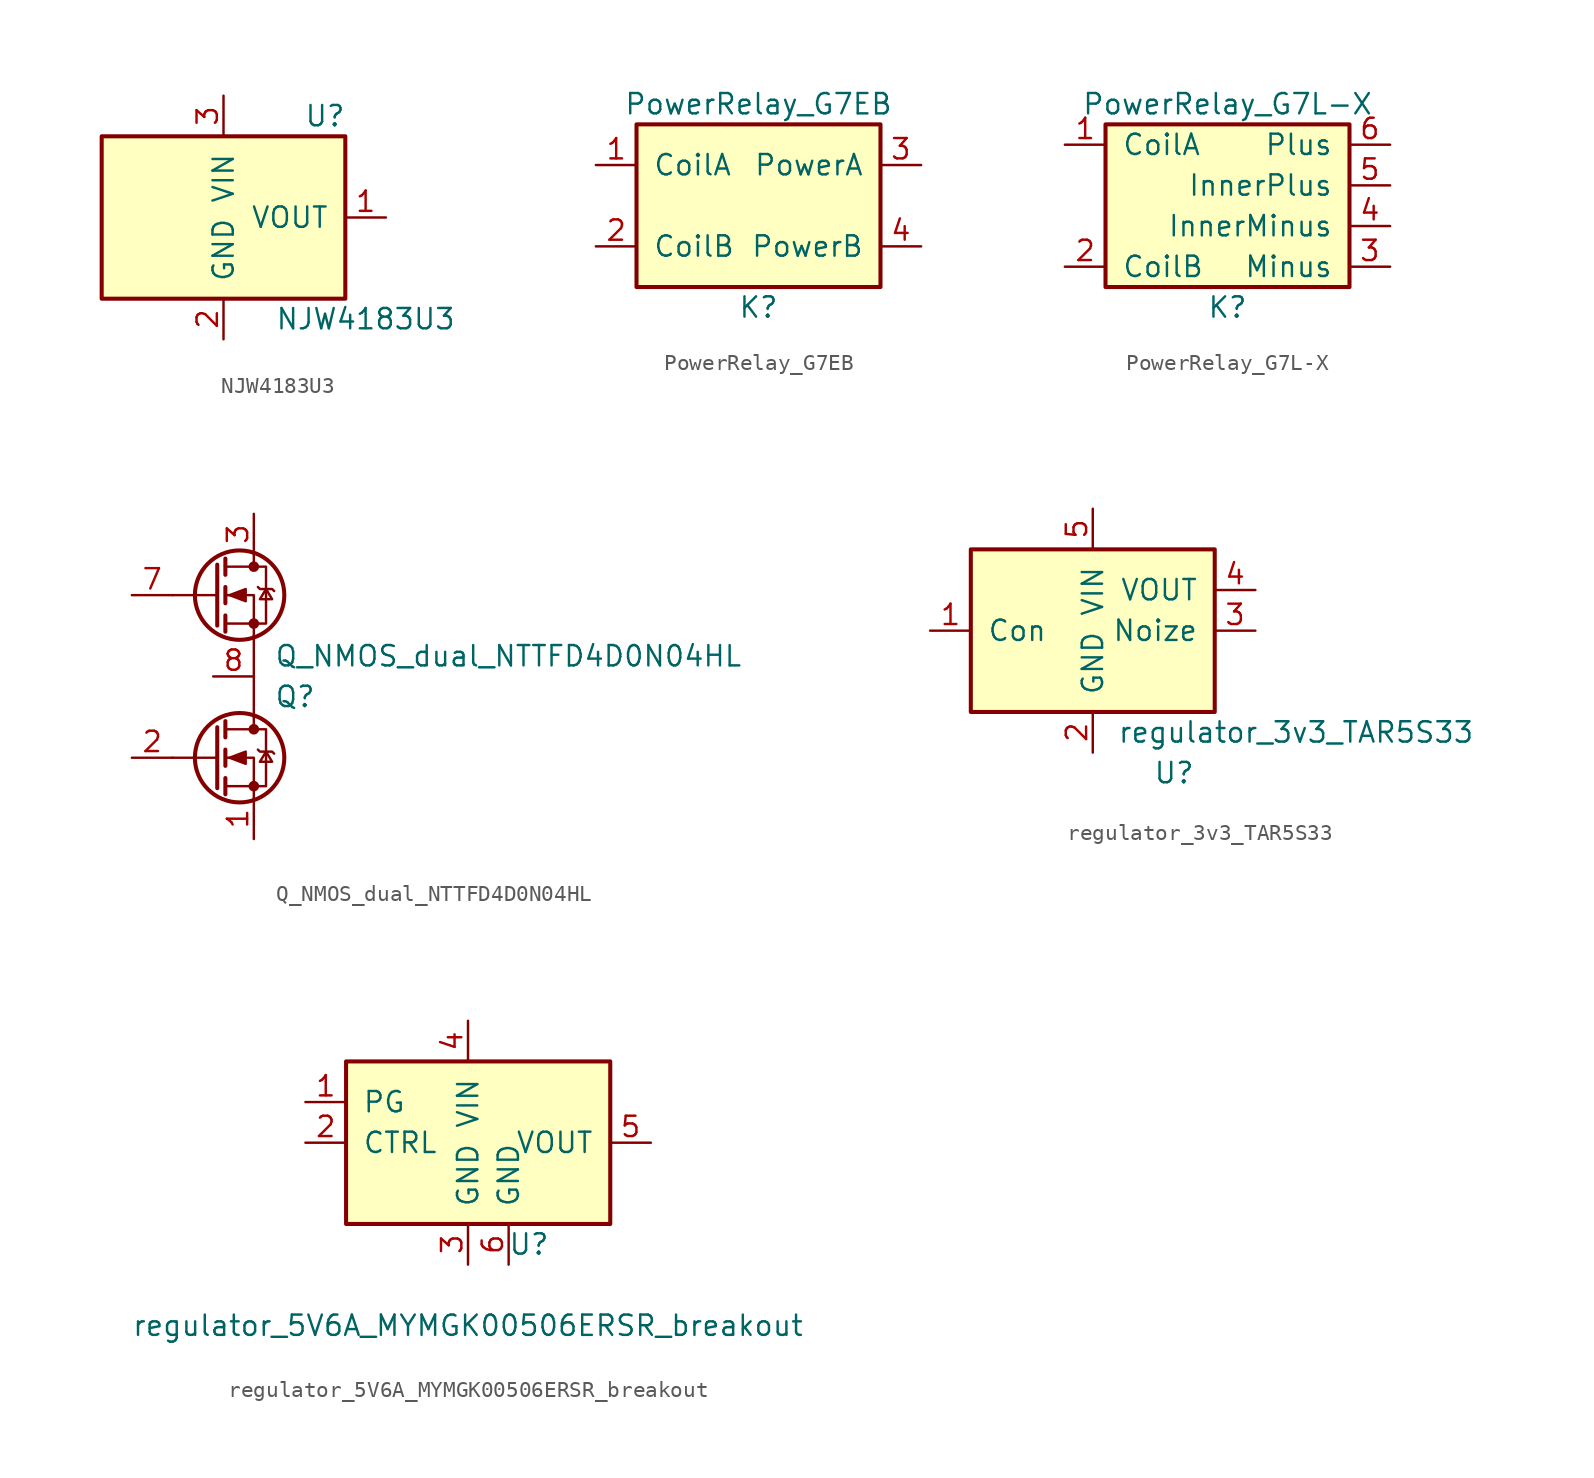
<source format=kicad_sym>
(kicad_symbol_lib
  (version 20211014)
  (generator kicad_symbol_editor)
  (symbol "NJW4183U3"
    (pin_names
      (offset 1.016))
    (property "Reference" "U"
      (at 6.35 6.35 0)
      (effects (font (size 1.27 1.27))))
    (property "Value" "NJW4183U3"
      (at 8.89 -6.35 0)
      (effects (font (size 1.27 1.27))))
    (symbol "NJW4183U3_0_1"
      (rectangle (start -7.62 5.08) (end 7.62 -5.08) (stroke (width 0.254) (type default) (color 0 0 0 0)) (fill (type background))))
    (symbol "NJW4183U3_1_1"
      (pin power_out line (at 10.16 0 180) (length 2.54) (name "VOUT" (effects (font (size 1.27 1.27)))) (number "1" (effects (font (size 1.27 1.27)))))
      (pin power_in line (at 0 -7.62 90) (length 2.54) (name "GND" (effects (font (size 1.27 1.27)))) (number "2" (effects (font (size 1.27 1.27)))))
      (pin power_in line (at 0 7.62 270) (length 2.54) (name "VIN" (effects (font (size 1.27 1.27)))) (number "3" (effects (font (size 1.27 1.27)))))))
  (symbol "PowerRelay_G7EB"
    (pin_names
      (offset 1.016))
    (property "Reference" "K"
      (at 0 -6.35 0)
      (effects (font (size 1.27 1.27))))
    (property "Value" "PowerRelay_G7EB"
      (at 0 6.35 0)
      (effects (font (size 1.27 1.27))))
    (symbol "PowerRelay_G7EB_0_1"
      (rectangle (start -7.62 5.08) (end 7.62 -5.08) (stroke (width 0.254) (type default) (color 0 0 0 0)) (fill (type background))))
    (symbol "PowerRelay_G7EB_1_1"
      (pin passive line (at -10.16 2.54 0) (length 2.54) (name "CoilA" (effects (font (size 1.27 1.27)))) (number "1" (effects (font (size 1.27 1.27)))))
      (pin passive line (at -10.16 -2.54 0) (length 2.54) (name "CoilB" (effects (font (size 1.27 1.27)))) (number "2" (effects (font (size 1.27 1.27)))))
      (pin output line (at 10.16 2.54 180) (length 2.54) (name "PowerA" (effects (font (size 1.27 1.27)))) (number "3" (effects (font (size 1.27 1.27)))))
      (pin passive line (at 10.16 -2.54 180) (length 2.54) (name "PowerB" (effects (font (size 1.27 1.27)))) (number "4" (effects (font (size 1.27 1.27)))))))
  (symbol "PowerRelay_G7L-X"
    (pin_names
      (offset 1.016))
    (property "Reference" "K"
      (at 0 -7.62 0)
      (effects (font (size 1.27 1.27))))
    (property "Value" "PowerRelay_G7L-X"
      (at 0 5.08 0)
      (effects (font (size 1.27 1.27))))
    (symbol "PowerRelay_G7L-X_0_1"
      (rectangle (start -7.62 3.81) (end 7.62 -6.35) (stroke (width 0.254) (type default) (color 0 0 0 0)) (fill (type background))))
    (symbol "PowerRelay_G7L-X_1_1"
      (pin passive line (at -10.16 2.54 0) (length 2.54) (name "CoilA" (effects (font (size 1.27 1.27)))) (number "1" (effects (font (size 1.27 1.27)))))
      (pin passive line (at -10.16 -5.08 0) (length 2.54) (name "CoilB" (effects (font (size 1.27 1.27)))) (number "2" (effects (font (size 1.27 1.27)))))
      (pin output line (at 10.16 -5.08 180) (length 2.54) (name "Minus" (effects (font (size 1.27 1.27)))) (number "3" (effects (font (size 1.27 1.27)))))
      (pin passive line (at 10.16 -2.54 180) (length 2.54) (name "InnerMinus" (effects (font (size 1.27 1.27)))) (number "4" (effects (font (size 1.27 1.27)))))
      (pin passive line (at 10.16 0 180) (length 2.54) (name "InnerPlus" (effects (font (size 1.27 1.27)))) (number "5" (effects (font (size 1.27 1.27)))))
      (pin passive line (at 10.16 2.54 180) (length 2.54) (name "Plus" (effects (font (size 1.27 1.27)))) (number "6" (effects (font (size 1.27 1.27)))))))
  (symbol "Q_NMOS_dual_NTTFD4D0N04HL"
    (pin_names
      (offset 0) hide)
    (property "Reference" "Q"
      (at 3.81 -1.27 0)
      (effects (font (size 1.27 1.27)) (justify left)))
    (property "Value" "Q_NMOS_dual_NTTFD4D0N04HL"
      (at 3.81 1.27 0)
      (effects (font (size 1.27 1.27)) (justify left)))
    (symbol "Q_NMOS_dual_NTTFD4D0N04HL_0_1"
      (polyline (pts (xy 0.254 -5.08) (xy -2.54 -5.08)) (stroke (width 0) (type default) (color 0 0 0 0)) (fill (type none)))
      (polyline (pts (xy 0.254 -3.175) (xy 0.254 -6.985)) (stroke (width 0.254) (type default) (color 0 0 0 0)) (fill (type none)))
      (polyline (pts (xy 0.762 -6.35) (xy 0.762 -7.366)) (stroke (width 0.254) (type default) (color 0 0 0 0)) (fill (type none)))
      (polyline (pts (xy 0.762 -4.572) (xy 0.762 -5.588)) (stroke (width 0.254) (type default) (color 0 0 0 0)) (fill (type none)))
      (polyline (pts (xy 0.762 -2.794) (xy 0.762 -3.81)) (stroke (width 0.254) (type default) (color 0 0 0 0)) (fill (type none)))
      (polyline (pts (xy 2.54 -2.54) (xy 2.54 -3.302)) (stroke (width 0) (type default) (color 0 0 0 0)) (fill (type none)))
      (polyline (pts (xy 2.54 2.54) (xy 2.54 -2.54)) (stroke (width 0) (type default) (color 0 0 0 0)) (fill (type none)))
      (polyline (pts (xy 2.54 -7.62) (xy 2.54 -5.08) (xy 0.762 -5.08)) (stroke (width 0) (type default) (color 0 0 0 0)) (fill (type none)))
      (polyline (pts (xy 0.762 -6.858) (xy 3.302 -6.858) (xy 3.302 -3.302) (xy 0.762 -3.302)) (stroke (width 0) (type default) (color 0 0 0 0)) (fill (type none)))
      (polyline (pts (xy 1.016 -5.08) (xy 2.032 -4.699) (xy 2.032 -5.461) (xy 1.016 -5.08)) (stroke (width 0) (type default) (color 0 0 0 0)) (fill (type outline)))
      (polyline (pts (xy 2.794 -4.572) (xy 2.921 -4.699) (xy 3.683 -4.699) (xy 3.81 -4.826)) (stroke (width 0) (type default) (color 0 0 0 0)) (fill (type none)))
      (polyline (pts (xy 3.302 -4.699) (xy 2.921 -5.334) (xy 3.683 -5.334) (xy 3.302 -4.699)) (stroke (width 0) (type default) (color 0 0 0 0)) (fill (type none)))
      (circle (center 1.651 -5.08) (radius 2.794) (stroke (width 0.254) (type default) (color 0 0 0 0)) (fill (type none)))
      (circle (center 2.54 -6.858) (radius 0.254) (stroke (width 0) (type default) (color 0 0 0 0)) (fill (type outline)))
      (circle (center 2.54 -3.302) (radius 0.254) (stroke (width 0) (type default) (color 0 0 0 0)) (fill (type outline))))
    (symbol "Q_NMOS_dual_NTTFD4D0N04HL_1_1"
      (polyline (pts (xy 0.254 5.08) (xy -2.54 5.08)) (stroke (width 0) (type default) (color 0 0 0 0)) (fill (type none)))
      (polyline (pts (xy 0.254 6.985) (xy 0.254 3.175)) (stroke (width 0.254) (type default) (color 0 0 0 0)) (fill (type none)))
      (polyline (pts (xy 0.762 3.81) (xy 0.762 2.794)) (stroke (width 0.254) (type default) (color 0 0 0 0)) (fill (type none)))
      (polyline (pts (xy 0.762 5.588) (xy 0.762 4.572)) (stroke (width 0.254) (type default) (color 0 0 0 0)) (fill (type none)))
      (polyline (pts (xy 0.762 7.366) (xy 0.762 6.35)) (stroke (width 0.254) (type default) (color 0 0 0 0)) (fill (type none)))
      (polyline (pts (xy 2.54 7.62) (xy 2.54 6.858)) (stroke (width 0) (type default) (color 0 0 0 0)) (fill (type none)))
      (polyline (pts (xy 2.54 2.54) (xy 2.54 5.08) (xy 0.762 5.08)) (stroke (width 0) (type default) (color 0 0 0 0)) (fill (type none)))
      (polyline (pts (xy 0.762 3.302) (xy 3.302 3.302) (xy 3.302 6.858) (xy 0.762 6.858)) (stroke (width 0) (type default) (color 0 0 0 0)) (fill (type none)))
      (polyline (pts (xy 1.016 5.08) (xy 2.032 5.461) (xy 2.032 4.699) (xy 1.016 5.08)) (stroke (width 0) (type default) (color 0 0 0 0)) (fill (type outline)))
      (polyline (pts (xy 2.794 5.588) (xy 2.921 5.461) (xy 3.683 5.461) (xy 3.81 5.334)) (stroke (width 0) (type default) (color 0 0 0 0)) (fill (type none)))
      (polyline (pts (xy 3.302 5.461) (xy 2.921 4.826) (xy 3.683 4.826) (xy 3.302 5.461)) (stroke (width 0) (type default) (color 0 0 0 0)) (fill (type none)))
      (circle (center 1.651 5.08) (radius 2.794) (stroke (width 0.254) (type default) (color 0 0 0 0)) (fill (type none)))
      (circle (center 2.54 3.302) (radius 0.254) (stroke (width 0) (type default) (color 0 0 0 0)) (fill (type outline)))
      (circle (center 2.54 6.858) (radius 0.254) (stroke (width 0) (type default) (color 0 0 0 0)) (fill (type outline)))
      (pin passive line (at 2.54 -10.16 90) (length 2.54) (name "GND" (effects (font (size 1.27 1.27)))) (number "1" (effects (font (size 1.27 1.27)))))
      (pin passive line (at 0 0 0) (length 2.54) hide (name "SW" (effects (font (size 1.27 1.27)))) (number "10" (effects (font (size 1.27 1.27)))))
      (pin passive line (at 2.54 -10.16 90) (length 2.54) hide (name "GND" (effects (font (size 1.27 1.27)))) (number "11" (effects (font (size 1.27 1.27)))))
      (pin input line (at -5.08 -5.08 0) (length 2.54) (name "LSG" (effects (font (size 1.27 1.27)))) (number "2" (effects (font (size 1.27 1.27)))))
      (pin passive line (at 2.54 10.16 270) (length 2.54) (name "V+" (effects (font (size 1.27 1.27)))) (number "3" (effects (font (size 1.27 1.27)))))
      (pin passive line (at 2.54 10.16 270) (length 2.54) hide (name "V+" (effects (font (size 1.27 1.27)))) (number "4" (effects (font (size 1.27 1.27)))))
      (pin passive line (at 2.54 10.16 270) (length 2.54) hide (name "V+" (effects (font (size 1.27 1.27)))) (number "5" (effects (font (size 1.27 1.27)))))
      (pin input line (at -5.08 5.08 0) (length 2.54) (name "HSG" (effects (font (size 1.27 1.27)))) (number "7" (effects (font (size 1.27 1.27)))))
      (pin passive line (at 0 0 0) (length 2.54) (name "SW" (effects (font (size 1.27 1.27)))) (number "8" (effects (font (size 1.27 1.27)))))
      (pin passive line (at 0 0 0) (length 2.54) hide (name "SW" (effects (font (size 1.27 1.27)))) (number "9" (effects (font (size 1.27 1.27)))))))
  (symbol "regulator_3v3_TAR5S33"
    (pin_names
      (offset 1.016))
    (property "Reference" "U"
      (at 5.08 -8.89 0)
      (effects (font (size 1.27 1.27))))
    (property "Value" "regulator_3v3_TAR5S33"
      (at 12.7 -6.35 0)
      (effects (font (size 1.27 1.27))))
    (symbol "regulator_3v3_TAR5S33_0_1"
      (rectangle (start -7.62 5.08) (end 7.62 -5.08) (stroke (width 0.254) (type default) (color 0 0 0 0)) (fill (type background))))
    (symbol "regulator_3v3_TAR5S33_1_1"
      (pin input line (at -10.16 0 0) (length 2.54) (name "Con" (effects (font (size 1.27 1.27)))) (number "1" (effects (font (size 1.27 1.27)))))
      (pin input line (at 0 -7.62 90) (length 2.54) (name "GND" (effects (font (size 1.27 1.27)))) (number "2" (effects (font (size 1.27 1.27)))))
      (pin input line (at 10.16 0 180) (length 2.54) (name "Noize" (effects (font (size 1.27 1.27)))) (number "3" (effects (font (size 1.27 1.27)))))
      (pin input line (at 10.16 2.54 180) (length 2.54) (name "VOUT" (effects (font (size 1.27 1.27)))) (number "4" (effects (font (size 1.27 1.27)))))
      (pin input line (at 0 7.62 270) (length 2.54) (name "VIN" (effects (font (size 1.27 1.27)))) (number "5" (effects (font (size 1.27 1.27)))))))
  (symbol "regulator_5V6A_MYMGK00506ERSR_breakout"
    (pin_names
      (offset 1.016))
    (property "Reference" "U"
      (at 3.81 -6.35 0)
      (effects (font (size 1.27 1.27))))
    (property "Value" "regulator_5V6A_MYMGK00506ERSR_breakout"
      (at 0 -11.43 0)
      (effects (font (size 1.27 1.27))))
    (symbol "regulator_5V6A_MYMGK00506ERSR_breakout_0_1"
      (rectangle (start -7.62 5.08) (end 8.89 -5.08) (stroke (width 0.254) (type default) (color 0 0 0 0)) (fill (type background))))
    (symbol "regulator_5V6A_MYMGK00506ERSR_breakout_1_1"
      (pin input line (at -10.16 2.54 0) (length 2.54) (name "PG" (effects (font (size 1.27 1.27)))) (number "1" (effects (font (size 1.27 1.27)))))
      (pin input line (at -10.16 0 0) (length 2.54) (name "CTRL" (effects (font (size 1.27 1.27)))) (number "2" (effects (font (size 1.27 1.27)))))
      (pin input line (at 0 -7.62 90) (length 2.54) (name "GND" (effects (font (size 1.27 1.27)))) (number "3" (effects (font (size 1.27 1.27)))))
      (pin input line (at 0 7.62 270) (length 2.54) (name "VIN" (effects (font (size 1.27 1.27)))) (number "4" (effects (font (size 1.27 1.27)))))
      (pin input line (at 11.43 0 180) (length 2.54) (name "VOUT" (effects (font (size 1.27 1.27)))) (number "5" (effects (font (size 1.27 1.27)))))
      (pin input line (at 2.54 -7.62 90) (length 2.54) (name "GND" (effects (font (size 1.27 1.27)))) (number "6" (effects (font (size 1.27 1.27))))))))
</source>
